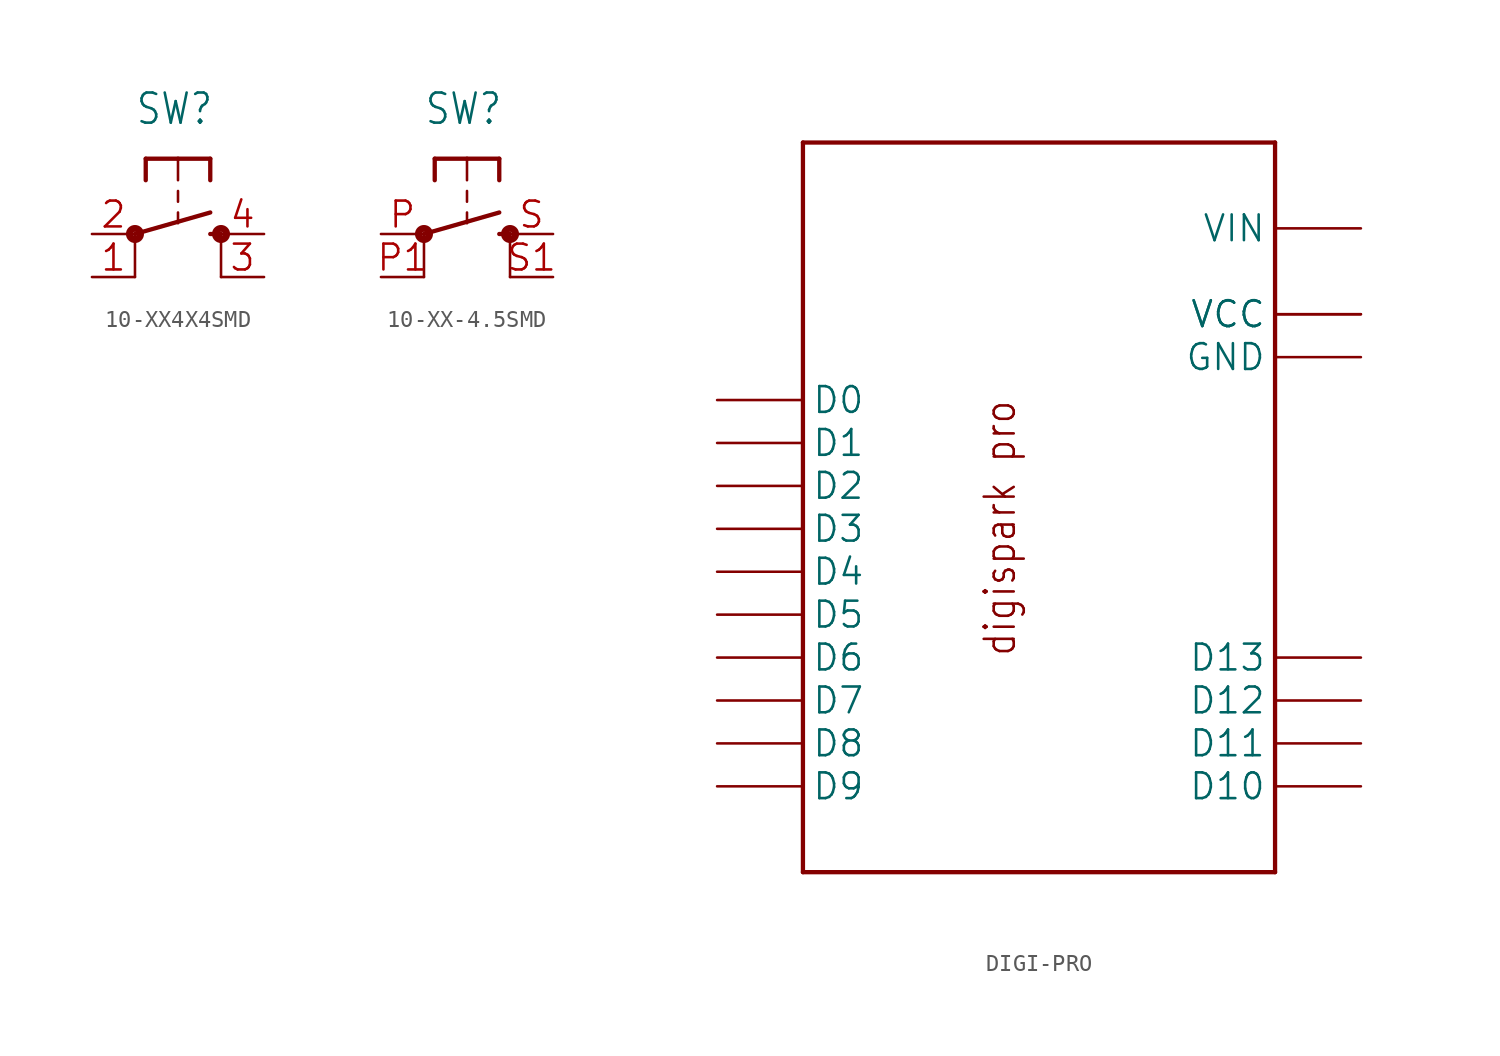
<source format=kicad_sym>
(kicad_symbol_lib
  (version 20241209)
  (generator "kicad_symbol_editor")
  (generator_version "9.0")
  (symbol "10-XX4X4SMD"
    (property "Reference" "SW"
      (at -2.54 6.35 0)
      (effects (font (size 1.778 1.511)) (justify left bottom)))
    (property "Value" ""
      (at 3.175 3.81 0)
      (effects (font (size 1.778 1.511)) (justify left bottom)))
    (property "ki_locked" ""
      (at 0 0 0)
      (effects (font (size 1.27 1.27))))
    (symbol "10-XX4X4SMD_1_0"
      (circle (center -2.54 0) (radius 0.127) (stroke (width 0.406) (type solid)) (fill (type none)))
      (polyline (pts (xy -2.54 0) (xy 1.905 1.27)) (stroke (width 0.254) (type solid)) (fill (type none)))
      (polyline (pts (xy -2.54 -2.54) (xy -2.54 0)) (stroke (width 0.152) (type solid)) (fill (type none)))
      (polyline (pts (xy -1.905 4.445) (xy -1.905 3.175)) (stroke (width 0.254) (type solid)) (fill (type none)))
      (polyline (pts (xy 0 4.445) (xy -1.905 4.445)) (stroke (width 0.254) (type solid)) (fill (type none)))
      (polyline (pts (xy 0 4.445) (xy 0 3.175)) (stroke (width 0.152) (type solid)) (fill (type none)))
      (polyline (pts (xy 0 2.54) (xy 0 1.905)) (stroke (width 0.152) (type solid)) (fill (type none)))
      (polyline (pts (xy 0 1.27) (xy 0 0.635)) (stroke (width 0.152) (type solid)) (fill (type none)))
      (polyline (pts (xy 1.905 4.445) (xy 0 4.445)) (stroke (width 0.254) (type solid)) (fill (type none)))
      (polyline (pts (xy 1.905 4.445) (xy 1.905 3.175)) (stroke (width 0.254) (type solid)) (fill (type none)))
      (polyline (pts (xy 1.905 0) (xy 2.54 0)) (stroke (width 0.254) (type solid)) (fill (type none)))
      (circle (center 2.54 0) (radius 0.127) (stroke (width 0.406) (type solid)) (fill (type none)))
      (polyline (pts (xy 2.54 -2.54) (xy 2.54 0)) (stroke (width 0.152) (type solid)) (fill (type none)))
      (pin passive line (at -5.08 0 0) (length 2.54) (name "P" (effects (font (size 0 0)))) (number "2" (effects (font (size 1.524 1.524)))))
      (pin passive line (at -5.08 -2.54 0) (length 2.54) (name "P1" (effects (font (size 0 0)))) (number "1" (effects (font (size 1.524 1.524)))))
      (pin passive line (at 5.08 0 180) (length 2.54) (name "S" (effects (font (size 0 0)))) (number "4" (effects (font (size 1.524 1.524)))))
      (pin passive line (at 5.08 -2.54 180) (length 2.54) (name "S1" (effects (font (size 0 0)))) (number "3" (effects (font (size 1.524 1.524)))))))
  (symbol "10-XX-4.5SMD"
    (property "Reference" "SW"
      (at -2.54 6.35 0)
      (effects (font (size 1.778 1.511)) (justify left bottom)))
    (property "Value" ""
      (at 3.175 3.81 0)
      (effects (font (size 1.778 1.511)) (justify left bottom)))
    (property "ki_locked" ""
      (at 0 0 0)
      (effects (font (size 1.27 1.27))))
    (symbol "10-XX-4.5SMD_1_0"
      (circle (center -2.54 0) (radius 0.127) (stroke (width 0.406) (type solid)) (fill (type none)))
      (polyline (pts (xy -2.54 0) (xy 1.905 1.27)) (stroke (width 0.254) (type solid)) (fill (type none)))
      (polyline (pts (xy -2.54 -2.54) (xy -2.54 0)) (stroke (width 0.152) (type solid)) (fill (type none)))
      (polyline (pts (xy -1.905 4.445) (xy -1.905 3.175)) (stroke (width 0.254) (type solid)) (fill (type none)))
      (polyline (pts (xy 0 4.445) (xy -1.905 4.445)) (stroke (width 0.254) (type solid)) (fill (type none)))
      (polyline (pts (xy 0 4.445) (xy 0 3.175)) (stroke (width 0.152) (type solid)) (fill (type none)))
      (polyline (pts (xy 0 2.54) (xy 0 1.905)) (stroke (width 0.152) (type solid)) (fill (type none)))
      (polyline (pts (xy 0 1.27) (xy 0 0.635)) (stroke (width 0.152) (type solid)) (fill (type none)))
      (polyline (pts (xy 1.905 4.445) (xy 0 4.445)) (stroke (width 0.254) (type solid)) (fill (type none)))
      (polyline (pts (xy 1.905 4.445) (xy 1.905 3.175)) (stroke (width 0.254) (type solid)) (fill (type none)))
      (polyline (pts (xy 1.905 0) (xy 2.54 0)) (stroke (width 0.254) (type solid)) (fill (type none)))
      (circle (center 2.54 0) (radius 0.127) (stroke (width 0.406) (type solid)) (fill (type none)))
      (polyline (pts (xy 2.54 -2.54) (xy 2.54 0)) (stroke (width 0.152) (type solid)) (fill (type none)))
      (pin passive line (at -5.08 0 0) (length 2.54) (name "P" (effects (font (size 0 0)))) (number "P" (effects (font (size 1.524 1.524)))))
      (pin passive line (at -5.08 -2.54 0) (length 2.54) (name "P1" (effects (font (size 0 0)))) (number "P1" (effects (font (size 1.524 1.524)))))
      (pin passive line (at 5.08 0 180) (length 2.54) (name "S" (effects (font (size 0 0)))) (number "S" (effects (font (size 1.524 1.524)))))
      (pin passive line (at 5.08 -2.54 180) (length 2.54) (name "S1" (effects (font (size 0 0)))) (number "S1" (effects (font (size 1.524 1.524)))))))
  (symbol "DIGI-PRO"
    (property "Reference" ""
      (at 0 0 0)
      (effects (font (size 1.27 1.27)) (hide yes)))
    (property "ki_locked" ""
      (at 0 0 0)
      (effects (font (size 1.27 1.27))))
    (symbol "DIGI-PRO_1_0"
      (polyline (pts (xy -17.78 22.86) (xy 10.16 22.86)) (stroke (width 0.254) (type solid)) (fill (type none)))
      (polyline (pts (xy -17.78 -20.32) (xy -17.78 22.86)) (stroke (width 0.254) (type solid)) (fill (type none)))
      (polyline (pts (xy 10.16 22.86) (xy 10.16 -20.32)) (stroke (width 0.254) (type solid)) (fill (type none)))
      (polyline (pts (xy 10.16 -20.32) (xy -17.78 -20.32)) (stroke (width 0.254) (type solid)) (fill (type none)))
      (text "digispark pro" (at -5.08 -7.62 900) (effects (font (size 1.778 1.511)) (justify left bottom)))
      (pin bidirectional line (at -22.86 7.62 0) (length 5.08) (name "D0" (effects (font (size 1.524 1.524)))) (number "D0" (effects (font (size 0 0)))))
      (pin bidirectional line (at -22.86 5.08 0) (length 5.08) (name "D1" (effects (font (size 1.524 1.524)))) (number "D1" (effects (font (size 0 0)))))
      (pin bidirectional line (at -22.86 2.54 0) (length 5.08) (name "D2" (effects (font (size 1.524 1.524)))) (number "D2" (effects (font (size 0 0)))))
      (pin bidirectional line (at -22.86 0 0) (length 5.08) (name "D3" (effects (font (size 1.524 1.524)))) (number "D3" (effects (font (size 0 0)))))
      (pin bidirectional line (at -22.86 -2.54 0) (length 5.08) (name "D4" (effects (font (size 1.524 1.524)))) (number "D4" (effects (font (size 0 0)))))
      (pin bidirectional line (at -22.86 -5.08 0) (length 5.08) (name "D5" (effects (font (size 1.524 1.524)))) (number "D5" (effects (font (size 0 0)))))
      (pin bidirectional line (at -22.86 -7.62 0) (length 5.08) (name "D6" (effects (font (size 1.524 1.524)))) (number "D6" (effects (font (size 0 0)))))
      (pin bidirectional line (at -22.86 -10.16 0) (length 5.08) (name "D7" (effects (font (size 1.524 1.524)))) (number "D7" (effects (font (size 0 0)))))
      (pin bidirectional line (at -22.86 -12.7 0) (length 5.08) (name "D8" (effects (font (size 1.524 1.524)))) (number "D8" (effects (font (size 0 0)))))
      (pin bidirectional line (at -22.86 -15.24 0) (length 5.08) (name "D9" (effects (font (size 1.524 1.524)))) (number "D9" (effects (font (size 0 0)))))
      (pin bidirectional line (at 15.24 17.78 180) (length 5.08) (name "VIN" (effects (font (size 1.524 1.524)))) (number "VIN" (effects (font (size 0 0)))))
      (pin bidirectional line (at 15.24 12.7 180) (length 5.08) (name "VCC" (effects (font (size 1.524 1.524)))) (number "VCC" (effects (font (size 0 0)))))
      (pin bidirectional line (at 15.24 12.7 180) (length 5.08) (name "VCC" (effects (font (size 1.524 1.524)))) (number "VCC1" (effects (font (size 0 0)))))
      (pin bidirectional line (at 15.24 10.16 180) (length 5.08) (name "GND" (effects (font (size 1.524 1.524)))) (number "GND" (effects (font (size 0 0)))))
      (pin bidirectional line (at 15.24 -7.62 180) (length 5.08) (name "D13" (effects (font (size 1.524 1.524)))) (number "D13" (effects (font (size 0 0)))))
      (pin bidirectional line (at 15.24 -10.16 180) (length 5.08) (name "D12" (effects (font (size 1.524 1.524)))) (number "D12" (effects (font (size 0 0)))))
      (pin bidirectional line (at 15.24 -12.7 180) (length 5.08) (name "D11" (effects (font (size 1.524 1.524)))) (number "D11" (effects (font (size 0 0)))))
      (pin bidirectional line (at 15.24 -15.24 180) (length 5.08) (name "D10" (effects (font (size 1.524 1.524)))) (number "D10" (effects (font (size 0 0))))))))
</source>
